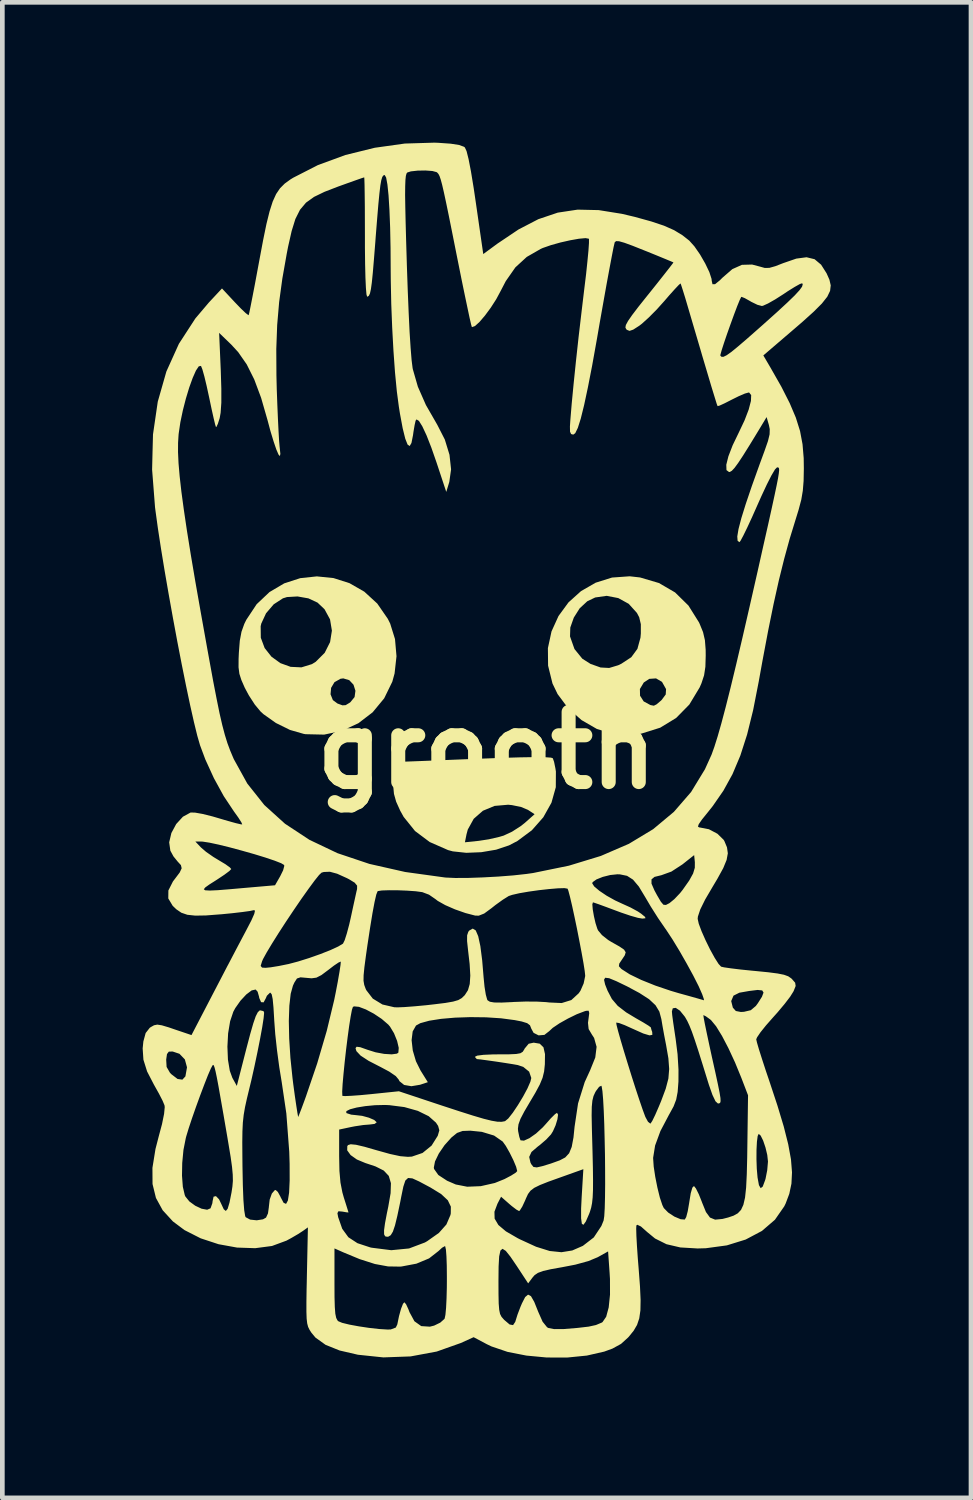
<source format=kicad_pcb>
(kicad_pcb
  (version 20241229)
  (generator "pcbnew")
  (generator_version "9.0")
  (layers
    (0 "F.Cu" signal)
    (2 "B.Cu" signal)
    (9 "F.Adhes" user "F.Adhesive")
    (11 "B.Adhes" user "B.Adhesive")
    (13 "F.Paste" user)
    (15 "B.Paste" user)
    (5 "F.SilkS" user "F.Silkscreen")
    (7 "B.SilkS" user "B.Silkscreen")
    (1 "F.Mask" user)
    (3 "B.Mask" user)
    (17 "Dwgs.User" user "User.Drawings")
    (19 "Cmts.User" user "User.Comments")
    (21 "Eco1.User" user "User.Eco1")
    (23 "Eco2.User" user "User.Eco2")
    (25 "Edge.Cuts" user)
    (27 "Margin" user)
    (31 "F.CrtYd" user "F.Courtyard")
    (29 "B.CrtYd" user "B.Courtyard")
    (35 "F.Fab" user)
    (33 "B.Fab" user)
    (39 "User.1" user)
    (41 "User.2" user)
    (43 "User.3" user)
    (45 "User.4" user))
  (footprint "grooth"
    (layer "F.Cu")
    (at 7.357 12.992)
    (property "Reference" "grooth" (at 0 0 0) (layer "F.SilkS") (effects (font (size 1.5 1.5) (thickness 0.3))))
    (attr board_only exclude_from_pos_files exclude_from_bom)
    (fp_poly (pts (xy 1.244 0.147) (xy 1.373 0.156) (xy 1.412 0.169) (xy 1.439 0.246) (xy 1.467 0.383) (xy 1.478 0.453) (xy 1.476 0.789) (xy 1.383 1.12) (xy 1.209 1.431) (xy 0.964 1.709) (xy 0.656 1.938) (xy 0.476 2.032) (xy 0.201 2.124) (xy -0.117 2.178) (xy -0.438 2.191) (xy -0.726 2.16) (xy -0.827 2.133) (xy -1.207 1.966) (xy -0.467 1.966) (xy -0.171 1.935) (xy 0.044 1.902) (xy 0.262 1.852) (xy 0.361 1.823) (xy 0.541 1.739) (xy 0.729 1.618) (xy 0.81 1.554) (xy 1.022 1.366) (xy 0.881 1.273) (xy 0.736 1.212) (xy 0.538 1.171) (xy 0.457 1.163) (xy 0.168 1.188) (xy -0.083 1.292) (xy -0.279 1.464) (xy -0.406 1.694) (xy -0.433 1.795) (xy -0.467 1.966) (xy -1.207 1.966) (xy -1.219 1.961) (xy -1.534 1.725) (xy -1.777 1.423) (xy -1.85 1.292) (xy -1.937 1.099) (xy -1.984 0.932) (xy -2.002 0.741) (xy -2.004 0.617) (xy -2.002 0.428) (xy -1.991 0.318) (xy -1.966 0.266) (xy -1.919 0.249) (xy -1.891 0.247) (xy -1.815 0.244) (xy -1.651 0.238) (xy -1.413 0.229) (xy -1.115 0.217) (xy -0.769 0.203) (xy -0.388 0.188) (xy -0.2 0.181) (xy 0.305 0.162) (xy 0.713 0.15) (xy 1.025 0.145)) (stroke (width 0) (type solid)) (fill yes) (layer "F.SilkS"))
    (fp_poly (pts (xy -3.277 -3.683) (xy -2.935 -3.574) (xy -2.618 -3.392) (xy -2.341 -3.138) (xy -2.116 -2.812) (xy -2.065 -2.71) (xy -1.962 -2.379) (xy -1.93 -2.012) (xy -1.971 -1.643) (xy -2.02 -1.466) (xy -2.193 -1.112) (xy -2.44 -0.813) (xy -2.746 -0.579) (xy -3.096 -0.417) (xy -3.477 -0.336) (xy -3.874 -0.345) (xy -3.911 -0.351) (xy -4.207 -0.436) (xy -4.509 -0.585) (xy -4.774 -0.773) (xy -4.839 -0.833) (xy -4.959 -0.978) (xy -5.084 -1.171) (xy -5.099 -1.198) (xy -3.34 -1.198) (xy -3.29 -1.074) (xy -3.192 -1.001) (xy -3.085 -0.962) (xy -3.017 -0.966) (xy -2.934 -1.016) (xy -2.917 -1.028) (xy -2.826 -1.139) (xy -2.808 -1.273) (xy -2.849 -1.403) (xy -2.94 -1.5) (xy -3.068 -1.538) (xy -3.128 -1.53) (xy -3.256 -1.457) (xy -3.328 -1.336) (xy -3.34 -1.198) (xy -5.099 -1.198) (xy -5.173 -1.336) (xy -5.246 -1.502) (xy -5.289 -1.636) (xy -5.307 -1.775) (xy -5.306 -1.955) (xy -5.3 -2.09) (xy -5.28 -2.344) (xy -5.244 -2.535) (xy -5.202 -2.653) (xy -4.834 -2.653) (xy -4.831 -2.407) (xy -4.749 -2.187) (xy -4.603 -2.002) (xy -4.412 -1.864) (xy -4.193 -1.785) (xy -3.962 -1.774) (xy -3.738 -1.843) (xy -3.657 -1.893) (xy -3.465 -2.085) (xy -3.35 -2.314) (xy -3.311 -2.559) (xy -3.351 -2.8) (xy -3.469 -3.017) (xy -3.618 -3.158) (xy -3.813 -3.249) (xy -4.046 -3.29) (xy -4.271 -3.277) (xy -4.358 -3.25) (xy -4.555 -3.122) (xy -4.719 -2.93) (xy -4.821 -2.71) (xy -4.834 -2.653) (xy -5.202 -2.653) (xy -5.184 -2.703) (xy -5.142 -2.789) (xy -4.92 -3.124) (xy -4.645 -3.384) (xy -4.33 -3.57) (xy -3.988 -3.681) (xy -3.633 -3.719)) (stroke (width 0) (type solid)) (fill yes) (layer "F.SilkS"))
    (fp_poly (pts (xy 3.278 -3.696) (xy 3.681 -3.577) (xy 4.026 -3.376) (xy 4.312 -3.095) (xy 4.537 -2.736) (xy 4.551 -2.706) (xy 4.624 -2.527) (xy 4.664 -2.355) (xy 4.68 -2.148) (xy 4.681 -2.025) (xy 4.674 -1.786) (xy 4.646 -1.603) (xy 4.59 -1.433) (xy 4.551 -1.344) (xy 4.331 -0.979) (xy 4.049 -0.692) (xy 3.708 -0.484) (xy 3.31 -0.359) (xy 3.285 -0.354) (xy 3.123 -0.326) (xy 3.004 -0.309) (xy 2.959 -0.306) (xy 2.897 -0.317) (xy 2.772 -0.339) (xy 2.702 -0.35) (xy 2.354 -0.457) (xy 2.027 -0.646) (xy 1.74 -0.9) (xy 1.514 -1.203) (xy 1.462 -1.311) (xy 3.274 -1.311) (xy 3.277 -1.168) (xy 3.355 -1.046) (xy 3.499 -0.968) (xy 3.572 -0.954) (xy 3.63 -0.983) (xy 3.722 -1.061) (xy 3.738 -1.076) (xy 3.826 -1.194) (xy 3.833 -1.304) (xy 3.831 -1.313) (xy 3.746 -1.464) (xy 3.619 -1.538) (xy 3.474 -1.528) (xy 3.357 -1.45) (xy 3.274 -1.311) (xy 1.462 -1.311) (xy 1.405 -1.429) (xy 1.311 -1.81) (xy 1.307 -2.185) (xy 1.361 -2.435) (xy 1.78 -2.435) (xy 1.875 -2.166) (xy 2.043 -1.959) (xy 2.218 -1.848) (xy 2.434 -1.771) (xy 2.617 -1.761) (xy 2.81 -1.819) (xy 2.877 -1.851) (xy 3.09 -1.991) (xy 3.221 -2.17) (xy 3.286 -2.408) (xy 3.294 -2.498) (xy 3.294 -2.697) (xy 3.259 -2.845) (xy 3.21 -2.938) (xy 3.035 -3.132) (xy 2.812 -3.255) (xy 2.565 -3.303) (xy 2.318 -3.268) (xy 2.149 -3.187) (xy 1.987 -3.037) (xy 1.861 -2.838) (xy 1.786 -2.626) (xy 1.78 -2.435) (xy 1.361 -2.435) (xy 1.384 -2.542) (xy 1.534 -2.872) (xy 1.747 -3.163) (xy 2.015 -3.404) (xy 2.328 -3.584) (xy 2.678 -3.694) (xy 3.056 -3.721)) (stroke (width 0) (type solid)) (fill yes) (layer "F.SilkS"))
    (fp_poly (pts (xy -1.038 -12.989) (xy -0.77 -12.97) (xy -0.59 -12.942) (xy -0.487 -12.904) (xy -0.468 -12.889) (xy -0.432 -12.811) (xy -0.389 -12.641) (xy -0.338 -12.377) (xy -0.279 -12.017) (xy -0.234 -11.712) (xy -0.075 -10.61) (xy 0.225 -10.831) (xy 0.679 -11.136) (xy 1.103 -11.356) (xy 1.518 -11.496) (xy 1.942 -11.56) (xy 2.393 -11.55) (xy 2.891 -11.47) (xy 3.169 -11.404) (xy 3.519 -11.307) (xy 3.791 -11.216) (xy 4.005 -11.121) (xy 4.183 -11.013) (xy 4.33 -10.897) (xy 4.44 -10.774) (xy 4.56 -10.601) (xy 4.671 -10.408) (xy 4.759 -10.224) (xy 4.806 -10.079) (xy 4.809 -10.042) (xy 4.826 -9.965) (xy 4.881 -9.966) (xy 4.982 -10.048) (xy 5.038 -10.104) (xy 5.25 -10.288) (xy 5.455 -10.38) (xy 5.673 -10.386) (xy 5.844 -10.341) (xy 5.944 -10.313) (xy 6.042 -10.315) (xy 6.17 -10.351) (xy 6.337 -10.416) (xy 6.618 -10.513) (xy 6.837 -10.542) (xy 7.009 -10.5) (xy 7.148 -10.383) (xy 7.265 -10.199) (xy 7.326 -10.062) (xy 7.354 -9.941) (xy 7.34 -9.823) (xy 7.28 -9.698) (xy 7.165 -9.553) (xy 6.989 -9.377) (xy 6.745 -9.157) (xy 6.565 -9.002) (xy 5.913 -8.443) (xy 6.065 -8.184) (xy 6.299 -7.773) (xy 6.477 -7.422) (xy 6.608 -7.113) (xy 6.698 -6.826) (xy 6.751 -6.544) (xy 6.776 -6.246) (xy 6.779 -6.025) (xy 6.774 -5.761) (xy 6.757 -5.551) (xy 6.724 -5.357) (xy 6.666 -5.139) (xy 6.6 -4.925) (xy 6.475 -4.518) (xy 6.358 -4.091) (xy 6.244 -3.631) (xy 6.131 -3.123) (xy 6.015 -2.552) (xy 5.893 -1.905) (xy 5.814 -1.467) (xy 5.695 -0.86) (xy 5.566 -0.338) (xy 5.421 0.113) (xy 5.254 0.509) (xy 5.059 0.863) (xy 4.832 1.191) (xy 4.732 1.317) (xy 4.602 1.478) (xy 4.532 1.579) (xy 4.515 1.631) (xy 4.544 1.649) (xy 4.559 1.65) (xy 4.749 1.687) (xy 4.931 1.783) (xy 5.064 1.913) (xy 5.082 1.944) (xy 5.136 2.074) (xy 5.154 2.201) (xy 5.128 2.343) (xy 5.056 2.518) (xy 4.932 2.744) (xy 4.835 2.907) (xy 4.669 3.19) (xy 4.564 3.403) (xy 4.514 3.554) (xy 4.509 3.602) (xy 4.532 3.706) (xy 4.592 3.867) (xy 4.677 4.059) (xy 4.774 4.257) (xy 4.872 4.435) (xy 4.956 4.567) (xy 5.01 4.625) (xy 5.075 4.64) (xy 5.22 4.661) (xy 5.425 4.686) (xy 5.671 4.711) (xy 5.736 4.717) (xy 6.018 4.745) (xy 6.218 4.771) (xy 6.354 4.798) (xy 6.445 4.831) (xy 6.508 4.874) (xy 6.524 4.889) (xy 6.593 4.968) (xy 6.604 5.038) (xy 6.562 5.144) (xy 6.553 5.161) (xy 6.486 5.268) (xy 6.368 5.422) (xy 6.219 5.6) (xy 6.118 5.713) (xy 5.97 5.881) (xy 5.852 6.028) (xy 5.779 6.136) (xy 5.761 6.178) (xy 5.777 6.248) (xy 5.82 6.396) (xy 5.886 6.604) (xy 5.968 6.855) (xy 6.039 7.064) (xy 6.214 7.593) (xy 6.349 8.041) (xy 6.445 8.422) (xy 6.504 8.745) (xy 6.526 9.022) (xy 6.514 9.264) (xy 6.468 9.482) (xy 6.39 9.689) (xy 6.36 9.75) (xy 6.161 10.036) (xy 5.883 10.275) (xy 5.536 10.459) (xy 5.133 10.584) (xy 4.684 10.645) (xy 4.506 10.65) (xy 4.138 10.628) (xy 3.842 10.559) (xy 3.598 10.437) (xy 3.43 10.299) (xy 3.296 10.18) (xy 3.218 10.143) (xy 3.198 10.159) (xy 3.195 10.228) (xy 3.199 10.38) (xy 3.211 10.596) (xy 3.229 10.858) (xy 3.248 11.092) (xy 3.276 11.463) (xy 3.289 11.751) (xy 3.285 11.973) (xy 3.26 12.145) (xy 3.213 12.285) (xy 3.141 12.408) (xy 3.042 12.531) (xy 3.022 12.553) (xy 2.871 12.69) (xy 2.687 12.791) (xy 2.512 12.855) (xy 2.14 12.94) (xy 1.72 12.982) (xy 1.28 12.981) (xy 0.846 12.94) (xy 0.444 12.861) (xy 0.1 12.744) (xy 0.002 12.697) (xy -0.281 12.547) (xy -0.554 12.671) (xy -1.07 12.854) (xy -1.63 12.958) (xy -2.211 12.979) (xy -2.755 12.922) (xy -3.147 12.831) (xy -3.447 12.71) (xy -3.663 12.555) (xy -3.75 12.45) (xy -3.789 12.389) (xy -3.819 12.328) (xy -3.839 12.253) (xy -3.851 12.15) (xy -3.856 12.002) (xy -3.856 11.796) (xy -3.852 11.517) (xy -3.849 11.393) (xy -3.256 11.393) (xy -3.255 11.689) (xy -3.249 11.901) (xy -3.238 12.045) (xy -3.219 12.135) (xy -3.192 12.188) (xy -3.174 12.206) (xy -3.092 12.24) (xy -2.937 12.278) (xy -2.736 12.315) (xy -2.516 12.348) (xy -2.303 12.372) (xy -2.126 12.383) (xy -2.054 12.382) (xy -1.945 12.341) (xy -1.913 12.275) (xy -1.876 12.096) (xy -1.833 11.94) (xy -1.791 11.833) (xy -1.762 11.8) (xy -1.725 11.843) (xy -1.675 11.951) (xy -1.652 12.012) (xy -1.547 12.206) (xy -1.401 12.31) (xy -1.216 12.322) (xy -1.125 12.299) (xy -0.995 12.236) (xy -0.907 12.158) (xy -0.901 12.149) (xy -0.884 12.07) (xy -0.87 11.92) (xy -0.86 11.719) (xy -0.854 11.488) (xy -0.853 11.352) (xy 0.25 11.352) (xy 0.251 11.631) (xy 0.255 11.828) (xy 0.266 11.962) (xy 0.284 12.05) (xy 0.315 12.111) (xy 0.36 12.163) (xy 0.373 12.177) (xy 0.488 12.275) (xy 0.562 12.289) (xy 0.609 12.219) (xy 0.621 12.18) (xy 0.658 12.062) (xy 0.719 11.902) (xy 0.752 11.824) (xy 0.821 11.689) (xy 0.883 11.637) (xy 0.945 11.67) (xy 1.015 11.792) (xy 1.1 12.004) (xy 1.194 12.216) (xy 1.289 12.334) (xy 1.319 12.351) (xy 1.441 12.374) (xy 1.645 12.373) (xy 1.937 12.349) (xy 2.179 12.321) (xy 2.334 12.287) (xy 2.458 12.235) (xy 2.475 12.224) (xy 2.553 12.11) (xy 2.607 11.91) (xy 2.635 11.637) (xy 2.634 11.302) (xy 2.626 11.169) (xy 2.594 10.713) (xy 2.372 10.837) (xy 2.175 10.919) (xy 1.894 10.996) (xy 1.614 11.05) (xy 1.368 11.094) (xy 1.202 11.132) (xy 1.094 11.172) (xy 1.023 11.22) (xy 0.981 11.268) (xy 0.885 11.396) (xy 0.64 11.023) (xy 0.506 10.826) (xy 0.407 10.702) (xy 0.337 10.657) (xy 0.292 10.695) (xy 0.265 10.82) (xy 0.253 11.035) (xy 0.25 11.347) (xy 0.25 11.352) (xy -0.853 11.352) (xy -0.853 11.247) (xy -0.855 11.018) (xy -0.862 10.821) (xy -0.873 10.676) (xy -0.889 10.604) (xy -0.894 10.6) (xy -0.955 10.634) (xy -1.032 10.705) (xy -1.233 10.862) (xy -1.504 10.975) (xy -1.82 11.035) (xy -1.854 11.038) (xy -2.11 11.034) (xy -2.392 10.982) (xy -2.717 10.878) (xy -3.069 10.732) (xy -3.256 10.649) (xy -3.256 11.393) (xy -3.849 11.393) (xy -3.846 11.237) (xy -3.824 10.199) (xy -3.929 10.274) (xy -4.032 10.341) (xy -4.183 10.429) (xy -4.283 10.483) (xy -4.592 10.597) (xy -4.951 10.644) (xy -5.339 10.631) (xy -5.735 10.559) (xy -6.117 10.433) (xy -6.463 10.257) (xy -6.71 10.072) (xy -6.929 9.833) (xy -7.073 9.57) (xy -7.146 9.272) (xy -7.147 9.093) (xy -6.516 9.093) (xy -6.498 9.332) (xy -6.457 9.508) (xy -6.443 9.54) (xy -6.358 9.645) (xy -6.233 9.736) (xy -6.097 9.8) (xy -5.978 9.822) (xy -5.905 9.791) (xy -5.905 9.79) (xy -5.867 9.683) (xy -5.862 9.64) (xy -5.841 9.543) (xy -5.79 9.531) (xy -5.724 9.599) (xy -5.676 9.698) (xy -5.623 9.812) (xy -5.579 9.848) (xy -5.54 9.802) (xy -5.5 9.668) (xy -5.457 9.451) (xy -5.438 9.325) (xy -5.428 9.205) (xy -5.431 9.072) (xy -5.446 8.908) (xy -5.476 8.693) (xy -5.523 8.409) (xy -5.554 8.225) (xy -5.628 7.795) (xy -5.688 7.454) (xy -5.734 7.192) (xy -5.77 7) (xy -5.798 6.866) (xy -5.819 6.783) (xy -5.835 6.739) (xy -5.848 6.726) (xy -5.861 6.733) (xy -5.862 6.734) (xy -5.899 6.802) (xy -5.961 6.945) (xy -6.039 7.144) (xy -6.127 7.377) (xy -6.217 7.624) (xy -6.302 7.867) (xy -6.374 8.084) (xy -6.426 8.256) (xy -6.435 8.291) (xy -6.485 8.544) (xy -6.511 8.821) (xy -6.516 9.093) (xy -7.147 9.093) (xy -7.148 8.927) (xy -7.083 8.524) (xy -7.016 8.264) (xy -6.943 7.99) (xy -6.899 7.773) (xy -6.885 7.628) (xy -6.89 7.589) (xy -6.931 7.491) (xy -7.009 7.339) (xy -7.107 7.164) (xy -7.115 7.15) (xy -7.262 6.866) (xy -7.34 6.617) (xy -7.341 6.612) (xy -6.854 6.612) (xy -6.845 6.769) (xy -6.774 6.892) (xy -6.744 6.924) (xy -6.611 7.026) (xy -6.508 7.041) (xy -6.443 6.971) (xy -6.409 6.777) (xy -6.455 6.608) (xy -6.57 6.488) (xy -6.716 6.439) (xy -6.798 6.442) (xy -6.837 6.494) (xy -6.854 6.612) (xy -7.341 6.612) (xy -7.357 6.371) (xy -7.353 6.335) (xy -5.545 6.335) (xy -5.534 6.612) (xy -5.494 6.851) (xy -5.44 7) (xy -5.344 7.175) (xy -5.139 6.375) (xy -5.057 6.064) (xy -4.992 5.838) (xy -4.94 5.687) (xy -4.895 5.599) (xy -4.855 5.561) (xy -4.847 5.559) (xy -4.774 5.575) (xy -4.76 5.609) (xy -4.771 5.726) (xy -4.801 5.92) (xy -4.847 6.171) (xy -4.904 6.458) (xy -4.968 6.762) (xy -5.035 7.061) (xy -5.075 7.225) (xy -5.129 7.449) (xy -5.169 7.631) (xy -5.197 7.795) (xy -5.215 7.96) (xy -5.224 8.148) (xy -5.227 8.381) (xy -5.225 8.68) (xy -5.223 8.894) (xy -5.215 9.299) (xy -5.203 9.612) (xy -5.186 9.833) (xy -5.165 9.958) (xy -5.154 9.982) (xy -5.059 10.033) (xy -4.919 10.048) (xy -4.784 10.027) (xy -4.719 9.99) (xy -4.678 9.901) (xy -4.677 9.895) (xy -3.193 9.895) (xy -3.177 9.981) (xy -3.09 10.23) (xy -2.959 10.41) (xy -2.765 10.537) (xy -2.492 10.627) (xy -2.46 10.634) (xy -2.042 10.687) (xy -1.662 10.65) (xy -1.322 10.522) (xy -1.272 10.493) (xy -1.024 10.318) (xy -0.863 10.137) (xy -0.777 9.936) (xy -0.77 9.905) (xy -0.769 9.865) (xy 0.164 9.865) (xy 0.168 10.012) (xy 0.248 10.148) (xy 0.409 10.284) (xy 0.661 10.43) (xy 0.708 10.454) (xy 1.054 10.613) (xy 1.345 10.704) (xy 1.597 10.73) (xy 1.828 10.693) (xy 2.055 10.594) (xy 2.055 10.594) (xy 2.288 10.414) (xy 2.45 10.17) (xy 2.498 10.052) (xy 2.512 9.96) (xy 2.522 9.79) (xy 2.528 9.557) (xy 2.531 9.276) (xy 2.53 8.964) (xy 2.528 8.722) (xy 3.557 8.722) (xy 3.569 8.899) (xy 3.602 9.117) (xy 3.648 9.348) (xy 3.7 9.56) (xy 3.754 9.722) (xy 3.785 9.786) (xy 3.879 9.882) (xy 4.012 9.969) (xy 4.145 10.025) (xy 4.233 10.032) (xy 4.264 9.979) (xy 4.297 9.853) (xy 4.327 9.679) (xy 4.33 9.658) (xy 4.361 9.468) (xy 4.396 9.349) (xy 4.43 9.315) (xy 4.472 9.368) (xy 4.533 9.49) (xy 4.599 9.655) (xy 4.603 9.667) (xy 4.686 9.871) (xy 4.772 9.989) (xy 4.882 10.034) (xy 5.039 10.019) (xy 5.16 9.988) (xy 5.276 9.949) (xy 5.367 9.898) (xy 5.436 9.825) (xy 5.486 9.717) (xy 5.522 9.562) (xy 5.545 9.348) (xy 5.559 9.064) (xy 5.567 8.742) (xy 5.766 8.742) (xy 5.773 8.946) (xy 5.789 9.129) (xy 5.789 9.131) (xy 5.819 9.296) (xy 5.856 9.361) (xy 5.9 9.327) (xy 5.95 9.193) (xy 5.96 9.161) (xy 5.996 8.978) (xy 6.012 8.794) (xy 6.012 8.789) (xy 5.997 8.651) (xy 5.959 8.492) (xy 5.909 8.344) (xy 5.856 8.237) (xy 5.814 8.2) (xy 5.792 8.246) (xy 5.776 8.368) (xy 5.767 8.541) (xy 5.766 8.742) (xy 5.567 8.742) (xy 5.568 8.698) (xy 5.571 8.475) (xy 5.586 7.375) (xy 5.442 7) (xy 5.307 6.671) (xy 5.166 6.367) (xy 5.029 6.105) (xy 4.903 5.9) (xy 4.797 5.771) (xy 4.779 5.755) (xy 4.685 5.687) (xy 4.633 5.661) (xy 4.631 5.662) (xy 4.637 5.712) (xy 4.662 5.845) (xy 4.703 6.043) (xy 4.756 6.292) (xy 4.812 6.55) (xy 4.887 6.886) (xy 4.941 7.137) (xy 4.977 7.315) (xy 4.996 7.433) (xy 4.999 7.502) (xy 4.989 7.537) (xy 4.967 7.549) (xy 4.941 7.55) (xy 4.89 7.503) (xy 4.825 7.367) (xy 4.75 7.153) (xy 4.737 7.112) (xy 4.618 6.727) (xy 4.523 6.424) (xy 4.447 6.192) (xy 4.386 6.017) (xy 4.334 5.887) (xy 4.288 5.788) (xy 4.243 5.709) (xy 4.229 5.688) (xy 4.13 5.566) (xy 4.04 5.506) (xy 3.977 5.515) (xy 3.958 5.582) (xy 3.965 5.663) (xy 3.986 5.819) (xy 4.016 6.022) (xy 4.038 6.169) (xy 4.079 6.495) (xy 4.099 6.825) (xy 4.098 7.082) (xy 4.081 7.304) (xy 4.05 7.467) (xy 3.994 7.613) (xy 3.901 7.783) (xy 3.894 7.795) (xy 3.713 8.139) (xy 3.599 8.449) (xy 3.557 8.71) (xy 3.557 8.722) (xy 2.528 8.722) (xy 2.527 8.635) (xy 2.52 8.305) (xy 2.512 7.99) (xy 2.501 7.705) (xy 2.488 7.466) (xy 2.473 7.288) (xy 2.457 7.188) (xy 2.449 7.171) (xy 2.402 7.194) (xy 2.336 7.282) (xy 2.319 7.311) (xy 2.282 7.392) (xy 2.258 7.489) (xy 2.245 7.62) (xy 2.242 7.807) (xy 2.247 8.069) (xy 2.249 8.15) (xy 2.261 8.581) (xy 2.269 8.925) (xy 2.272 9.194) (xy 2.271 9.402) (xy 2.264 9.56) (xy 2.251 9.681) (xy 2.232 9.778) (xy 2.206 9.864) (xy 2.188 9.912) (xy 2.118 10.073) (xy 2.067 10.144) (xy 2.033 10.123) (xy 2.017 10.007) (xy 2.017 9.796) (xy 2.029 9.553) (xy 2.065 8.955) (xy 1.578 9.129) (xy 1.318 9.222) (xy 1.137 9.294) (xy 1.015 9.354) (xy 0.936 9.414) (xy 0.882 9.486) (xy 0.838 9.58) (xy 0.82 9.624) (xy 0.759 9.755) (xy 0.708 9.836) (xy 0.691 9.85) (xy 0.635 9.82) (xy 0.534 9.743) (xy 0.48 9.697) (xy 0.306 9.544) (xy 0.228 9.695) (xy 0.164 9.865) (xy -0.769 9.865) (xy -0.768 9.755) (xy -0.833 9.62) (xy -0.975 9.487) (xy -1.205 9.346) (xy -1.237 9.329) (xy -1.447 9.217) (xy -1.589 9.152) (xy -1.682 9.143) (xy -1.741 9.198) (xy -1.784 9.329) (xy -1.828 9.542) (xy -1.851 9.661) (xy -1.912 9.952) (xy -1.962 10.157) (xy -2.007 10.29) (xy -2.053 10.366) (xy -2.103 10.397) (xy -2.131 10.4) (xy -2.173 10.39) (xy -2.195 10.348) (xy -2.196 10.262) (xy -2.176 10.114) (xy -2.134 9.891) (xy -2.106 9.758) (xy -2.056 9.468) (xy -2.049 9.254) (xy -2.095 9.099) (xy -2.202 8.985) (xy -2.326 8.922) (xy -1.132 8.922) (xy -1.127 8.95) (xy -1.036 9.079) (xy -0.848 9.202) (xy -0.663 9.282) (xy -0.418 9.33) (xy -0.128 9.318) (xy 0.172 9.25) (xy 0.378 9.167) (xy 0.522 9.091) (xy 0.621 9.028) (xy 0.651 8.996) (xy 0.628 8.904) (xy 0.568 8.761) (xy 0.488 8.6) (xy 0.406 8.456) (xy 0.34 8.364) (xy 0.156 8.236) (xy -0.105 8.157) (xy -0.351 8.132) (xy -0.517 8.138) (xy -0.635 8.18) (xy -0.752 8.275) (xy -0.753 8.275) (xy -0.903 8.442) (xy -1.026 8.622) (xy -1.107 8.79) (xy -1.132 8.922) (xy -2.326 8.922) (xy -2.381 8.895) (xy -2.597 8.823) (xy -2.777 8.748) (xy -2.911 8.653) (xy -2.984 8.552) (xy -2.982 8.461) (xy -2.965 8.439) (xy -2.909 8.422) (xy -2.795 8.433) (xy -2.612 8.476) (xy -2.359 8.549) (xy -2.068 8.63) (xy -1.85 8.677) (xy -1.686 8.691) (xy -1.601 8.686) (xy -1.373 8.608) (xy -1.18 8.451) (xy -1.048 8.241) (xy -1.014 8.124) (xy -1.04 8.03) (xy -1.087 7.959) (xy -1.242 7.822) (xy -1.474 7.708) (xy -1.762 7.627) (xy -2.084 7.586) (xy -2.177 7.582) (xy -2.391 7.587) (xy -2.598 7.607) (xy -2.782 7.637) (xy -2.923 7.674) (xy -3.002 7.714) (xy -3.003 7.752) (xy -2.997 7.757) (xy -2.898 7.789) (xy -2.8 7.799) (xy -2.663 7.815) (xy -2.52 7.854) (xy -2.406 7.903) (xy -2.355 7.951) (xy -2.355 7.955) (xy -2.398 7.987) (xy -2.502 8) (xy -2.641 8.011) (xy -2.82 8.038) (xy -2.903 8.054) (xy -3.156 8.108) (xy -3.156 8.675) (xy -3.15 8.992) (xy -3.128 9.241) (xy -3.087 9.452) (xy -3.057 9.558) (xy -3.006 9.719) (xy -2.97 9.835) (xy -2.956 9.881) (xy -2.998 9.877) (xy -3.084 9.862) (xy -3.171 9.854) (xy -3.193 9.895) (xy -4.677 9.895) (xy -4.659 9.768) (xy -4.659 9.762) (xy -4.641 9.605) (xy -4.595 9.476) (xy -4.534 9.405) (xy -4.513 9.4) (xy -4.467 9.441) (xy -4.412 9.541) (xy -4.409 9.55) (xy -4.344 9.673) (xy -4.291 9.697) (xy -4.252 9.625) (xy -4.226 9.457) (xy -4.214 9.195) (xy -4.215 8.839) (xy -4.223 8.582) (xy -4.285 7.764) (xy -4.383 7.1) (xy -4.436 6.774) (xy -4.484 6.416) (xy -4.522 6.069) (xy -4.543 5.786) (xy -4.232 5.786) (xy -4.224 6.162) (xy -4.198 6.575) (xy -4.153 7.009) (xy -4.137 7.138) (xy -4.103 7.389) (xy -4.072 7.6) (xy -4.048 7.753) (xy -4.034 7.831) (xy -4.031 7.838) (xy -4.011 7.788) (xy -3.964 7.667) (xy -3.9 7.494) (xy -3.866 7.4) (xy -3.83 7.294) (xy -3.091 7.294) (xy -3.088 7.38) (xy -3.084 7.388) (xy -3.029 7.392) (xy -2.894 7.386) (xy -2.7 7.372) (xy -2.47 7.35) (xy -1.879 7.289) (xy -0.968 7.592) (xy -0.589 7.716) (xy -0.293 7.81) (xy -0.066 7.877) (xy 0.103 7.919) (xy 0.227 7.94) (xy 0.318 7.942) (xy 0.388 7.929) (xy 0.391 7.928) (xy 0.459 7.872) (xy 0.556 7.749) (xy 0.666 7.585) (xy 0.776 7.403) (xy 0.87 7.228) (xy 0.933 7.084) (xy 0.952 7.005) (xy 0.906 6.87) (xy 0.78 6.768) (xy 0.664 6.729) (xy 0.557 6.71) (xy 0.393 6.684) (xy 0.202 6.655) (xy 0.017 6.629) (xy -0.131 6.609) (xy -0.212 6.601) (xy -0.213 6.601) (xy -0.249 6.561) (xy -0.25 6.55) (xy -0.203 6.527) (xy -0.07 6.51) (xy 0.135 6.501) (xy 0.252 6.5) (xy 0.48 6.499) (xy 0.629 6.492) (xy 0.719 6.476) (xy 0.769 6.445) (xy 0.801 6.395) (xy 0.811 6.375) (xy 0.896 6.273) (xy 1.004 6.25) (xy 1.133 6.272) (xy 1.212 6.349) (xy 1.245 6.494) (xy 1.242 6.712) (xy 1.226 6.866) (xy 1.193 7.001) (xy 1.134 7.144) (xy 1.038 7.323) (xy 0.933 7.5) (xy 0.803 7.721) (xy 0.72 7.88) (xy 0.678 7.996) (xy 0.666 8.09) (xy 0.671 8.144) (xy 0.696 8.265) (xy 0.72 8.335) (xy 0.723 8.338) (xy 0.795 8.345) (xy 0.912 8.292) (xy 1.053 8.193) (xy 1.197 8.061) (xy 1.258 7.994) (xy 1.37 7.867) (xy 1.459 7.779) (xy 1.502 7.75) (xy 1.524 7.79) (xy 1.51 7.89) (xy 1.471 8.018) (xy 1.415 8.144) (xy 1.373 8.212) (xy 1.272 8.32) (xy 1.135 8.438) (xy 1.091 8.471) (xy 0.956 8.587) (xy 0.907 8.693) (xy 0.934 8.813) (xy 0.952 8.849) (xy 0.998 8.907) (xy 1.07 8.917) (xy 1.189 8.89) (xy 1.372 8.834) (xy 1.555 8.768) (xy 1.561 8.766) (xy 1.678 8.704) (xy 1.761 8.614) (xy 1.816 8.479) (xy 1.854 8.277) (xy 1.877 8.05) (xy 1.952 7.548) (xy 2.094 7.093) (xy 2.209 6.842) (xy 2.32 6.567) (xy 2.348 6.339) (xy 2.295 6.149) (xy 2.249 6.079) (xy 2.178 5.959) (xy 2.164 5.826) (xy 2.175 5.743) (xy 2.191 5.617) (xy 2.178 5.567) (xy 2.124 5.569) (xy 2.093 5.578) (xy 1.925 5.642) (xy 1.737 5.734) (xy 1.555 5.836) (xy 1.411 5.933) (xy 1.336 6.003) (xy 1.232 6.084) (xy 1.108 6.094) (xy 1.001 6.04) (xy 0.952 5.95) (xy 0.924 5.879) (xy 0.864 5.833) (xy 0.747 5.797) (xy 0.599 5.768) (xy 0.306 5.729) (xy -0.017 5.708) (xy -0.351 5.704) (xy -0.678 5.715) (xy -0.977 5.741) (xy -1.231 5.781) (xy -1.42 5.833) (xy -1.513 5.884) (xy -1.584 6.01) (xy -1.607 6.196) (xy -1.582 6.417) (xy -1.514 6.648) (xy -1.417 6.843) (xy -1.26 7.095) (xy -1.426 7.15) (xy -1.611 7.181) (xy -1.767 7.154) (xy -1.866 7.074) (xy -1.882 7.041) (xy -1.945 6.965) (xy -2.085 6.869) (xy -2.265 6.773) (xy -2.525 6.639) (xy -2.697 6.527) (xy -2.787 6.431) (xy -2.806 6.368) (xy -2.783 6.337) (xy -2.705 6.347) (xy -2.555 6.4) (xy -2.553 6.401) (xy -2.377 6.456) (xy -2.194 6.49) (xy -2.032 6.5) (xy -1.921 6.485) (xy -1.89 6.463) (xy -1.882 6.361) (xy -1.917 6.212) (xy -1.983 6.049) (xy -2.068 5.908) (xy -2.105 5.864) (xy -2.247 5.742) (xy -2.415 5.63) (xy -2.585 5.54) (xy -2.733 5.484) (xy -2.837 5.474) (xy -2.862 5.486) (xy -2.883 5.549) (xy -2.91 5.691) (xy -2.942 5.893) (xy -2.975 6.136) (xy -3.008 6.401) (xy -3.038 6.668) (xy -3.063 6.919) (xy -3.082 7.134) (xy -3.091 7.294) (xy -3.83 7.294) (xy -3.626 6.695) (xy -3.421 5.997) (xy -3.262 5.338) (xy -3.23 5.18) (xy -3.184 4.94) (xy -3.182 4.926) (xy -2.635 4.926) (xy -2.62 5.015) (xy -2.59 5.097) (xy -2.576 5.127) (xy -2.437 5.308) (xy -2.23 5.434) (xy -1.976 5.493) (xy -1.904 5.495) (xy -1.758 5.489) (xy -1.546 5.473) (xy -1.3 5.45) (xy -1.132 5.431) (xy -0.887 5.401) (xy -0.72 5.372) (xy -0.61 5.34) (xy -0.535 5.297) (xy -0.473 5.237) (xy -0.468 5.231) (xy -0.402 5.128) (xy -0.364 4.996) (xy -0.352 4.816) (xy -0.366 4.571) (xy -0.4 4.275) (xy -0.421 4.078) (xy -0.42 3.955) (xy -0.395 3.88) (xy -0.373 3.852) (xy -0.3 3.811) (xy -0.236 3.85) (xy -0.183 3.974) (xy -0.137 4.186) (xy -0.098 4.491) (xy -0.068 4.85) (xy -0.048 5.053) (xy -0.021 5.221) (xy 0.008 5.327) (xy 0.017 5.344) (xy 0.066 5.375) (xy 0.159 5.391) (xy 0.316 5.393) (xy 0.553 5.382) (xy 0.575 5.38) (xy 0.824 5.371) (xy 1.068 5.372) (xy 1.268 5.383) (xy 1.337 5.391) (xy 1.602 5.403) (xy 1.808 5.339) (xy 1.966 5.194) (xy 2.003 5.14) (xy 2.071 4.985) (xy 2.088 4.905) (xy 2.507 4.905) (xy 2.53 5.006) (xy 2.582 5.138) (xy 2.675 5.316) (xy 2.8 5.463) (xy 2.98 5.602) (xy 3.191 5.729) (xy 3.345 5.817) (xy 3.457 5.886) (xy 3.506 5.922) (xy 3.507 5.923) (xy 3.522 5.98) (xy 3.537 6.021) (xy 3.54 6.083) (xy 3.479 6.094) (xy 3.346 6.054) (xy 3.136 5.96) (xy 3.109 5.948) (xy 2.95 5.876) (xy 2.828 5.83) (xy 2.769 5.821) (xy 2.767 5.821) (xy 2.775 5.874) (xy 2.808 6.004) (xy 2.862 6.195) (xy 2.932 6.431) (xy 3.012 6.693) (xy 3.097 6.966) (xy 3.182 7.232) (xy 3.262 7.474) (xy 3.331 7.676) (xy 3.384 7.82) (xy 3.392 7.84) (xy 3.447 7.941) (xy 3.496 7.98) (xy 3.503 7.977) (xy 3.539 7.922) (xy 3.601 7.795) (xy 3.678 7.618) (xy 3.727 7.5) (xy 3.826 7.235) (xy 3.883 7.018) (xy 3.9 6.813) (xy 3.883 6.584) (xy 3.834 6.301) (xy 3.793 6.09) (xy 3.757 5.891) (xy 3.733 5.747) (xy 3.732 5.743) (xy 3.69 5.586) (xy 3.608 5.45) (xy 3.513 5.361) (xy 5.226 5.361) (xy 5.261 5.501) (xy 5.325 5.573) (xy 5.433 5.594) (xy 5.5 5.59) (xy 5.645 5.556) (xy 5.753 5.465) (xy 5.797 5.405) (xy 5.883 5.269) (xy 5.917 5.179) (xy 5.889 5.133) (xy 5.79 5.123) (xy 5.61 5.145) (xy 5.4 5.182) (xy 5.275 5.245) (xy 5.226 5.361) (xy 3.513 5.361) (xy 3.47 5.321) (xy 3.264 5.188) (xy 3.001 5.047) (xy 2.769 4.935) (xy 2.616 4.872) (xy 2.532 4.862) (xy 2.507 4.905) (xy 2.088 4.905) (xy 2.104 4.827) (xy 2.104 4.813) (xy 2.094 4.718) (xy 2.068 4.551) (xy 2.029 4.333) (xy 1.981 4.081) (xy 1.929 3.816) (xy 1.875 3.557) (xy 1.824 3.322) (xy 1.779 3.131) (xy 1.745 3.003) (xy 1.728 2.958) (xy 1.662 2.946) (xy 1.522 2.95) (xy 1.332 2.966) (xy 1.115 2.99) (xy 0.895 3.021) (xy 0.697 3.055) (xy 0.544 3.09) (xy 0.469 3.115) (xy 0.343 3.194) (xy 0.186 3.307) (xy 0.099 3.376) (xy -0.055 3.489) (xy -0.171 3.535) (xy -0.248 3.533) (xy -0.455 3.479) (xy -0.68 3.4) (xy -0.888 3.309) (xy -1.048 3.219) (xy -1.1 3.179) (xy -1.235 3.086) (xy -1.378 3.032) (xy -1.518 3.013) (xy -1.702 3) (xy -1.902 2.992) (xy -2.091 2.991) (xy -2.242 2.996) (xy -2.327 3.009) (xy -2.334 3.013) (xy -2.362 3.083) (xy -2.399 3.243) (xy -2.444 3.484) (xy -2.495 3.796) (xy -2.552 4.17) (xy -2.583 4.387) (xy -2.616 4.635) (xy -2.633 4.807) (xy -2.635 4.926) (xy -3.182 4.926) (xy -3.149 4.737) (xy -3.127 4.591) (xy -3.121 4.521) (xy -3.122 4.517) (xy -3.168 4.536) (xy -3.268 4.603) (xy -3.389 4.696) (xy -3.535 4.805) (xy -3.642 4.86) (xy -3.745 4.874) (xy -3.848 4.865) (xy -3.982 4.853) (xy -4.058 4.878) (xy -4.113 4.964) (xy -4.144 5.031) (xy -4.192 5.205) (xy -4.221 5.462) (xy -4.232 5.786) (xy -4.543 5.786) (xy -4.544 5.776) (xy -4.544 5.767) (xy -4.56 5.499) (xy -4.577 5.319) (xy -4.598 5.217) (xy -4.625 5.182) (xy -4.636 5.183) (xy -4.701 5.247) (xy -4.725 5.303) (xy -4.771 5.388) (xy -4.825 5.384) (xy -4.864 5.295) (xy -4.869 5.266) (xy -4.899 5.161) (xy -4.941 5.114) (xy -5.027 5.133) (xy -5.141 5.219) (xy -5.265 5.352) (xy -5.377 5.511) (xy -5.419 5.589) (xy -5.487 5.792) (xy -5.53 6.051) (xy -5.545 6.335) (xy -7.353 6.335) (xy -7.342 6.224) (xy -7.293 6.044) (xy -7.205 5.932) (xy -7.183 5.917) (xy -7.114 5.878) (xy -7.044 5.864) (xy -6.947 5.879) (xy -6.796 5.924) (xy -6.686 5.962) (xy -6.313 6.088) (xy -5.855 5.207) (xy -5.693 4.896) (xy -5.544 4.609) (xy -4.834 4.609) (xy -4.804 4.645) (xy -4.73 4.65) (xy -4.619 4.639) (xy -4.447 4.611) (xy -4.25 4.571) (xy -4.243 4.57) (xy -4.035 4.515) (xy -3.799 4.441) (xy -3.561 4.357) (xy -3.345 4.272) (xy -3.176 4.194) (xy -3.076 4.134) (xy -3.073 4.131) (xy -3.038 4.06) (xy -2.992 3.916) (xy -2.94 3.72) (xy -2.907 3.575) (xy -2.859 3.352) (xy -2.816 3.156) (xy -2.785 3.015) (xy -2.773 2.966) (xy -2.772 2.893) (xy -2.814 2.842) (xy 2.254 2.842) (xy 2.296 2.909) (xy 2.407 3.003) (xy 2.563 3.108) (xy 2.744 3.209) (xy 2.895 3.279) (xy 3.072 3.359) (xy 3.23 3.445) (xy 3.3 3.492) (xy 3.384 3.561) (xy 3.393 3.59) (xy 3.33 3.597) (xy 3.323 3.597) (xy 3.231 3.581) (xy 3.072 3.536) (xy 2.874 3.469) (xy 2.755 3.425) (xy 2.557 3.351) (xy 2.396 3.292) (xy 2.294 3.257) (xy 2.27 3.25) (xy 2.257 3.293) (xy 2.266 3.402) (xy 2.291 3.546) (xy 2.325 3.694) (xy 2.364 3.816) (xy 2.38 3.85) (xy 2.463 3.95) (xy 2.596 4.055) (xy 2.663 4.096) (xy 2.837 4.194) (xy 2.936 4.262) (xy 2.97 4.319) (xy 2.951 4.382) (xy 2.9 4.459) (xy 2.833 4.559) (xy 2.825 4.616) (xy 2.872 4.668) (xy 2.888 4.681) (xy 3.058 4.79) (xy 3.304 4.909) (xy 3.605 5.03) (xy 3.936 5.142) (xy 4.108 5.193) (xy 4.322 5.252) (xy 4.496 5.301) (xy 4.61 5.334) (xy 4.645 5.344) (xy 4.638 5.308) (xy 4.605 5.213) (xy 4.605 5.213) (xy 4.53 5.043) (xy 4.415 4.816) (xy 4.273 4.556) (xy 4.121 4.29) (xy 3.971 4.043) (xy 3.838 3.841) (xy 3.809 3.8) (xy 3.661 3.584) (xy 3.507 3.341) (xy 3.388 3.139) (xy 3.251 2.912) (xy 3.127 2.765) (xy 3.118 2.759) (xy 3.522 2.759) (xy 3.522 2.85) (xy 3.586 2.997) (xy 3.643 3.102) (xy 3.723 3.238) (xy 3.777 3.301) (xy 3.83 3.306) (xy 3.904 3.268) (xy 3.906 3.267) (xy 4.011 3.181) (xy 4.134 3.051) (xy 4.188 2.983) (xy 4.328 2.784) (xy 4.411 2.634) (xy 4.448 2.511) (xy 4.449 2.392) (xy 4.434 2.24) (xy 4.183 2.439) (xy 3.948 2.592) (xy 3.73 2.671) (xy 3.72 2.673) (xy 3.586 2.706) (xy 3.522 2.759) (xy 3.118 2.759) (xy 2.999 2.683) (xy 2.848 2.652) (xy 2.793 2.65) (xy 2.639 2.666) (xy 2.48 2.706) (xy 2.345 2.76) (xy 2.265 2.817) (xy 2.254 2.842) (xy -2.814 2.842) (xy -2.822 2.831) (xy -2.943 2.757) (xy -2.989 2.733) (xy -3.199 2.638) (xy -3.354 2.596) (xy -3.483 2.601) (xy -3.532 2.615) (xy -3.585 2.665) (xy -3.681 2.785) (xy -3.81 2.96) (xy -3.962 3.174) (xy -4.126 3.414) (xy -4.293 3.664) (xy -4.452 3.909) (xy -4.593 4.134) (xy -4.707 4.324) (xy -4.784 4.464) (xy -4.805 4.513) (xy -4.834 4.609) (xy -5.544 4.609) (xy -5.527 4.578) (xy -5.37 4.278) (xy -5.235 4.022) (xy -5.146 3.854) (xy -5.033 3.637) (xy -4.971 3.497) (xy -4.955 3.426) (xy -4.982 3.417) (xy -5.065 3.435) (xy -5.225 3.457) (xy -5.439 3.482) (xy -5.684 3.506) (xy -5.692 3.506) (xy -6.002 3.53) (xy -6.231 3.534) (xy -6.401 3.516) (xy -6.53 3.472) (xy -6.638 3.398) (xy -6.715 3.324) (xy -6.809 3.167) (xy -6.807 2.996) (xy -6.71 2.804) (xy -6.669 2.75) (xy -6.565 2.612) (xy -6.523 2.522) (xy -6.539 2.454) (xy -6.608 2.379) (xy -6.608 2.379) (xy -6.698 2.268) (xy -6.765 2.145) (xy -6.79 1.967) (xy -6.786 1.95) (xy -6.23 1.95) (xy -6.112 2.075) (xy -6.002 2.17) (xy -5.844 2.28) (xy -5.727 2.351) (xy -5.587 2.435) (xy -5.492 2.504) (xy -5.463 2.538) (xy -5.503 2.58) (xy -5.609 2.659) (xy -5.759 2.759) (xy -5.801 2.786) (xy -5.932 2.869) (xy -6.017 2.93) (xy -6.05 2.97) (xy -6.021 2.992) (xy -5.923 2.998) (xy -5.749 2.99) (xy -5.489 2.969) (xy -5.182 2.942) (xy -4.527 2.885) (xy -4.416 2.691) (xy -4.354 2.565) (xy -4.329 2.472) (xy -4.333 2.451) (xy -4.395 2.414) (xy -4.535 2.359) (xy -4.734 2.292) (xy -4.972 2.219) (xy -5.23 2.146) (xy -5.489 2.076) (xy -5.728 2.017) (xy -5.928 1.974) (xy -6.071 1.952) (xy -6.104 1.95) (xy -6.23 1.95) (xy -6.786 1.95) (xy -6.743 1.768) (xy -6.64 1.576) (xy -6.496 1.419) (xy -6.333 1.33) (xy -6.24 1.331) (xy -6.075 1.36) (xy -5.863 1.413) (xy -5.737 1.45) (xy -5.531 1.511) (xy -5.364 1.557) (xy -5.256 1.582) (xy -5.228 1.584) (xy -5.247 1.539) (xy -5.312 1.437) (xy -5.408 1.303) (xy -5.624 0.978) (xy -5.834 0.595) (xy -6.017 0.195) (xy -6.13 -0.108) (xy -6.189 -0.312) (xy -6.26 -0.602) (xy -6.341 -0.962) (xy -6.429 -1.379) (xy -6.522 -1.84) (xy -6.617 -2.331) (xy -6.711 -2.838) (xy -6.802 -3.346) (xy -6.888 -3.843) (xy -6.965 -4.314) (xy -7.031 -4.745) (xy -7.083 -5.124) (xy -7.092 -5.192) (xy -7.155 -6.002) (xy -7.146 -6.375) (xy -6.601 -6.375) (xy -6.59 -6.138) (xy -6.566 -5.859) (xy -6.529 -5.531) (xy -6.477 -5.147) (xy -6.411 -4.7) (xy -6.328 -4.184) (xy -6.228 -3.592) (xy -6.109 -2.917) (xy -5.972 -2.153) (xy -5.935 -1.95) (xy -5.85 -1.484) (xy -5.776 -1.102) (xy -5.713 -0.792) (xy -5.655 -0.54) (xy -5.6 -0.332) (xy -5.545 -0.154) (xy -5.485 0.007) (xy -5.418 0.166) (xy -5.406 0.192) (xy -5.12 0.71) (xy -4.756 1.169) (xy -4.314 1.569) (xy -3.792 1.913) (xy -3.191 2.199) (xy -2.509 2.428) (xy -1.744 2.601) (xy -0.897 2.718) (xy -0.877 2.72) (xy -0.676 2.729) (xy -0.404 2.728) (xy -0.088 2.717) (xy 0.245 2.699) (xy 0.567 2.674) (xy 0.849 2.643) (xy 0.989 2.623) (xy 1.756 2.466) (xy 2.438 2.258) (xy 3.038 1.999) (xy 3.558 1.685) (xy 4 1.316) (xy 4.369 0.89) (xy 4.665 0.404) (xy 4.806 0.092) (xy 4.866 -0.075) (xy 4.936 -0.297) (xy 5.016 -0.578) (xy 5.108 -0.925) (xy 5.213 -1.342) (xy 5.332 -1.835) (xy 5.467 -2.41) (xy 5.619 -3.071) (xy 5.79 -3.824) (xy 5.807 -3.9) (xy 5.922 -4.414) (xy 6.018 -4.838) (xy 6.094 -5.182) (xy 6.153 -5.454) (xy 6.197 -5.663) (xy 6.227 -5.816) (xy 6.244 -5.922) (xy 6.251 -5.99) (xy 6.248 -6.028) (xy 6.237 -6.045) (xy 6.22 -6.05) (xy 6.205 -6.049) (xy 6.162 -6.005) (xy 6.087 -5.879) (xy 5.988 -5.684) (xy 5.87 -5.431) (xy 5.789 -5.249) (xy 5.674 -4.99) (xy 5.57 -4.765) (xy 5.485 -4.591) (xy 5.426 -4.481) (xy 5.401 -4.45) (xy 5.363 -4.48) (xy 5.356 -4.572) (xy 5.382 -4.73) (xy 5.442 -4.961) (xy 5.537 -5.267) (xy 5.668 -5.653) (xy 5.837 -6.125) (xy 5.94 -6.405) (xy 6.012 -6.612) (xy 6.047 -6.756) (xy 6.05 -6.868) (xy 6.032 -6.955) (xy 5.983 -7.125) (xy 5.81 -6.838) (xy 5.624 -6.533) (xy 5.482 -6.306) (xy 5.375 -6.144) (xy 5.297 -6.038) (xy 5.24 -5.977) (xy 5.197 -5.952) (xy 5.18 -5.95) (xy 5.125 -5.991) (xy 5.121 -6.106) (xy 5.166 -6.286) (xy 5.257 -6.522) (xy 5.387 -6.792) (xy 5.512 -7.056) (xy 5.6 -7.286) (xy 5.648 -7.47) (xy 5.653 -7.595) (xy 5.61 -7.649) (xy 5.599 -7.65) (xy 5.519 -7.628) (xy 5.382 -7.569) (xy 5.237 -7.497) (xy 5.088 -7.421) (xy 4.979 -7.371) (xy 4.935 -7.359) (xy 4.916 -7.409) (xy 4.873 -7.548) (xy 4.803 -7.776) (xy 4.708 -8.096) (xy 4.606 -8.438) (xy 4.994 -8.438) (xy 5.02 -8.413) (xy 5.062 -8.414) (xy 5.129 -8.447) (xy 5.231 -8.519) (xy 5.376 -8.638) (xy 5.575 -8.809) (xy 5.836 -9.039) (xy 5.914 -9.108) (xy 6.204 -9.368) (xy 6.424 -9.571) (xy 6.583 -9.725) (xy 6.686 -9.837) (xy 6.741 -9.913) (xy 6.755 -9.963) (xy 6.744 -9.986) (xy 6.695 -9.97) (xy 6.584 -9.908) (xy 6.43 -9.812) (xy 6.344 -9.754) (xy 6.167 -9.641) (xy 6.014 -9.554) (xy 5.908 -9.506) (xy 5.882 -9.5) (xy 5.787 -9.525) (xy 5.657 -9.588) (xy 5.627 -9.606) (xy 5.516 -9.668) (xy 5.448 -9.695) (xy 5.44 -9.693) (xy 5.409 -9.63) (xy 5.355 -9.498) (xy 5.287 -9.318) (xy 5.212 -9.112) (xy 5.137 -8.901) (xy 5.071 -8.707) (xy 5.021 -8.551) (xy 4.995 -8.456) (xy 4.994 -8.438) (xy 4.606 -8.438) (xy 4.586 -8.508) (xy 4.437 -9.013) (xy 4.302 -9.472) (xy 4.241 -9.679) (xy 4.189 -9.846) (xy 4.154 -9.954) (xy 4.143 -9.982) (xy 4.107 -9.952) (xy 4.021 -9.861) (xy 3.899 -9.725) (xy 3.8 -9.61) (xy 3.634 -9.425) (xy 3.464 -9.254) (xy 3.317 -9.121) (xy 3.261 -9.078) (xy 3.132 -8.995) (xy 3.053 -8.968) (xy 2.998 -8.989) (xy 2.982 -9.004) (xy 2.964 -9.04) (xy 2.974 -9.094) (xy 3.02 -9.179) (xy 3.107 -9.305) (xy 3.244 -9.485) (xy 3.438 -9.728) (xy 3.456 -9.75) (xy 3.632 -9.97) (xy 3.783 -10.161) (xy 3.9 -10.31) (xy 3.972 -10.404) (xy 3.991 -10.432) (xy 3.944 -10.452) (xy 3.822 -10.503) (xy 3.642 -10.577) (xy 3.421 -10.667) (xy 3.37 -10.687) (xy 3.117 -10.788) (xy 2.942 -10.852) (xy 2.829 -10.884) (xy 2.766 -10.887) (xy 2.737 -10.864) (xy 2.734 -10.855) (xy 2.712 -10.761) (xy 2.676 -10.578) (xy 2.626 -10.314) (xy 2.564 -9.979) (xy 2.493 -9.581) (xy 2.413 -9.13) (xy 2.356 -8.8) (xy 2.254 -8.231) (xy 2.162 -7.759) (xy 2.081 -7.38) (xy 2.01 -7.093) (xy 1.947 -6.894) (xy 1.892 -6.781) (xy 1.85 -6.75) (xy 1.803 -6.762) (xy 1.78 -6.813) (xy 1.778 -6.925) (xy 1.787 -7.062) (xy 1.816 -7.411) (xy 1.857 -7.837) (xy 1.907 -8.321) (xy 1.964 -8.843) (xy 2.027 -9.38) (xy 2.085 -9.866) (xy 2.123 -10.177) (xy 2.152 -10.455) (xy 2.174 -10.683) (xy 2.185 -10.846) (xy 2.185 -10.93) (xy 2.183 -10.938) (xy 2.112 -10.951) (xy 1.971 -10.938) (xy 1.784 -10.905) (xy 1.576 -10.858) (xy 1.372 -10.801) (xy 1.197 -10.74) (xy 1.153 -10.72) (xy 0.855 -10.549) (xy 0.612 -10.326) (xy 0.406 -10.031) (xy 0.299 -9.825) (xy 0.203 -9.646) (xy 0.086 -9.464) (xy -0.038 -9.296) (xy -0.155 -9.159) (xy -0.252 -9.071) (xy -0.314 -9.049) (xy -0.32 -9.053) (xy -0.335 -9.106) (xy -0.367 -9.245) (xy -0.412 -9.458) (xy -0.47 -9.733) (xy -0.537 -10.058) (xy -0.61 -10.422) (xy -0.648 -10.611) (xy -0.738 -11.063) (xy -0.811 -11.427) (xy -0.87 -11.713) (xy -0.917 -11.931) (xy -0.954 -12.091) (xy -0.984 -12.202) (xy -1.009 -12.276) (xy -1.032 -12.321) (xy -1.055 -12.348) (xy -1.073 -12.362) (xy -1.163 -12.386) (xy -1.311 -12.397) (xy -1.478 -12.394) (xy -1.623 -12.378) (xy -1.699 -12.354) (xy -1.716 -12.331) (xy -1.73 -12.28) (xy -1.739 -12.193) (xy -1.744 -12.061) (xy -1.746 -11.874) (xy -1.742 -11.623) (xy -1.735 -11.3) (xy -1.724 -10.895) (xy -1.709 -10.4) (xy -1.709 -10.391) (xy -1.69 -9.846) (xy -1.67 -9.361) (xy -1.65 -8.944) (xy -1.628 -8.602) (xy -1.607 -8.343) (xy -1.586 -8.175) (xy -1.581 -8.149) (xy -1.473 -7.774) (xy -1.301 -7.383) (xy -1.058 -6.96) (xy -0.897 -6.645) (xy -0.797 -6.319) (xy -0.763 -6.008) (xy -0.801 -5.738) (xy -0.866 -5.525) (xy -1.074 -6.154) (xy -1.186 -6.475) (xy -1.288 -6.735) (xy -1.378 -6.927) (xy -1.45 -7.043) (xy -1.502 -7.075) (xy -1.521 -7.049) (xy -1.542 -6.957) (xy -1.567 -6.81) (xy -1.577 -6.737) (xy -1.61 -6.572) (xy -1.648 -6.506) (xy -1.693 -6.537) (xy -1.743 -6.664) (xy -1.798 -6.887) (xy -1.857 -7.204) (xy -1.88 -7.35) (xy -1.923 -7.677) (xy -1.962 -8.082) (xy -1.995 -8.543) (xy -2.022 -9.037) (xy -2.042 -9.542) (xy -2.052 -10.036) (xy -2.054 -10.25) (xy -2.057 -10.742) (xy -2.066 -11.18) (xy -2.081 -11.557) (xy -2.1 -11.865) (xy -2.124 -12.097) (xy -2.151 -12.244) (xy -2.182 -12.3) (xy -2.184 -12.3) (xy -2.211 -12.291) (xy -2.234 -12.258) (xy -2.255 -12.19) (xy -2.275 -12.077) (xy -2.295 -11.908) (xy -2.318 -11.673) (xy -2.344 -11.361) (xy -2.376 -10.961) (xy -2.382 -10.875) (xy -2.412 -10.5) (xy -2.436 -10.214) (xy -2.457 -10.004) (xy -2.477 -9.86) (xy -2.497 -9.769) (xy -2.52 -9.72) (xy -2.546 -9.701) (xy -2.558 -9.7) (xy -2.572 -9.748) (xy -2.584 -9.887) (xy -2.594 -10.106) (xy -2.601 -10.395) (xy -2.605 -10.746) (xy -2.605 -10.975) (xy -2.606 -11.32) (xy -2.607 -11.63) (xy -2.61 -11.891) (xy -2.613 -12.09) (xy -2.617 -12.214) (xy -2.62 -12.25) (xy -2.671 -12.234) (xy -2.796 -12.19) (xy -2.976 -12.126) (xy -3.176 -12.054) (xy -3.469 -11.941) (xy -3.694 -11.832) (xy -3.865 -11.709) (xy -3.993 -11.557) (xy -4.092 -11.36) (xy -4.172 -11.101) (xy -4.248 -10.765) (xy -4.276 -10.621) (xy -4.371 -10.083) (xy -4.439 -9.584) (xy -4.481 -9.093) (xy -4.5 -8.58) (xy -4.497 -8.014) (xy -4.49 -7.725) (xy -4.478 -7.397) (xy -4.465 -7.091) (xy -4.452 -6.826) (xy -4.44 -6.62) (xy -4.429 -6.491) (xy -4.427 -6.475) (xy -4.413 -6.339) (xy -4.423 -6.291) (xy -4.452 -6.323) (xy -4.498 -6.429) (xy -4.556 -6.599) (xy -4.625 -6.826) (xy -4.686 -7.055) (xy -4.824 -7.535) (xy -4.971 -7.929) (xy -5.132 -8.251) (xy -5.315 -8.514) (xy -5.463 -8.675) (xy -5.722 -8.925) (xy -5.687 -8.122) (xy -5.675 -7.731) (xy -5.675 -7.433) (xy -5.69 -7.218) (xy -5.71 -7.104) (xy -5.749 -6.981) (xy -5.78 -6.915) (xy -5.789 -6.911) (xy -5.807 -6.966) (xy -5.839 -7.099) (xy -5.882 -7.291) (xy -5.931 -7.524) (xy -5.937 -7.552) (xy -5.989 -7.791) (xy -6.038 -7.995) (xy -6.08 -8.144) (xy -6.109 -8.217) (xy -6.111 -8.219) (xy -6.157 -8.21) (xy -6.218 -8.119) (xy -6.287 -7.963) (xy -6.361 -7.758) (xy -6.433 -7.52) (xy -6.498 -7.267) (xy -6.551 -7.014) (xy -6.586 -6.777) (xy -6.589 -6.75) (xy -6.6 -6.577) (xy -6.601 -6.375) (xy -7.146 -6.375) (xy -7.136 -6.755) (xy -7.034 -7.454) (xy -6.85 -8.099) (xy -6.582 -8.692) (xy -6.23 -9.234) (xy -5.941 -9.575) (xy -5.661 -9.875) (xy -5.385 -9.579) (xy -5.256 -9.445) (xy -5.154 -9.348) (xy -5.097 -9.305) (xy -5.091 -9.304) (xy -5.077 -9.357) (xy -5.049 -9.495) (xy -5.008 -9.703) (xy -4.957 -9.967) (xy -4.9 -10.274) (xy -4.863 -10.473) (xy -4.782 -10.905) (xy -4.711 -11.251) (xy -4.644 -11.522) (xy -4.577 -11.732) (xy -4.504 -11.893) (xy -4.42 -12.017) (xy -4.32 -12.117) (xy -4.199 -12.205) (xy -4.137 -12.243) (xy -3.611 -12.512) (xy -3.022 -12.728) (xy -2.394 -12.883) (xy -1.752 -12.973) (xy -1.12 -12.992)) (stroke (width 0) (type solid)) (fill yes) (layer "F.SilkS")))
  (gr_rect
    (start -3 -3)
    (end 17.71 28.974)
    (stroke (width 0.1) (type default))
    (fill no)
    (layer "Edge.Cuts")))
</source>
